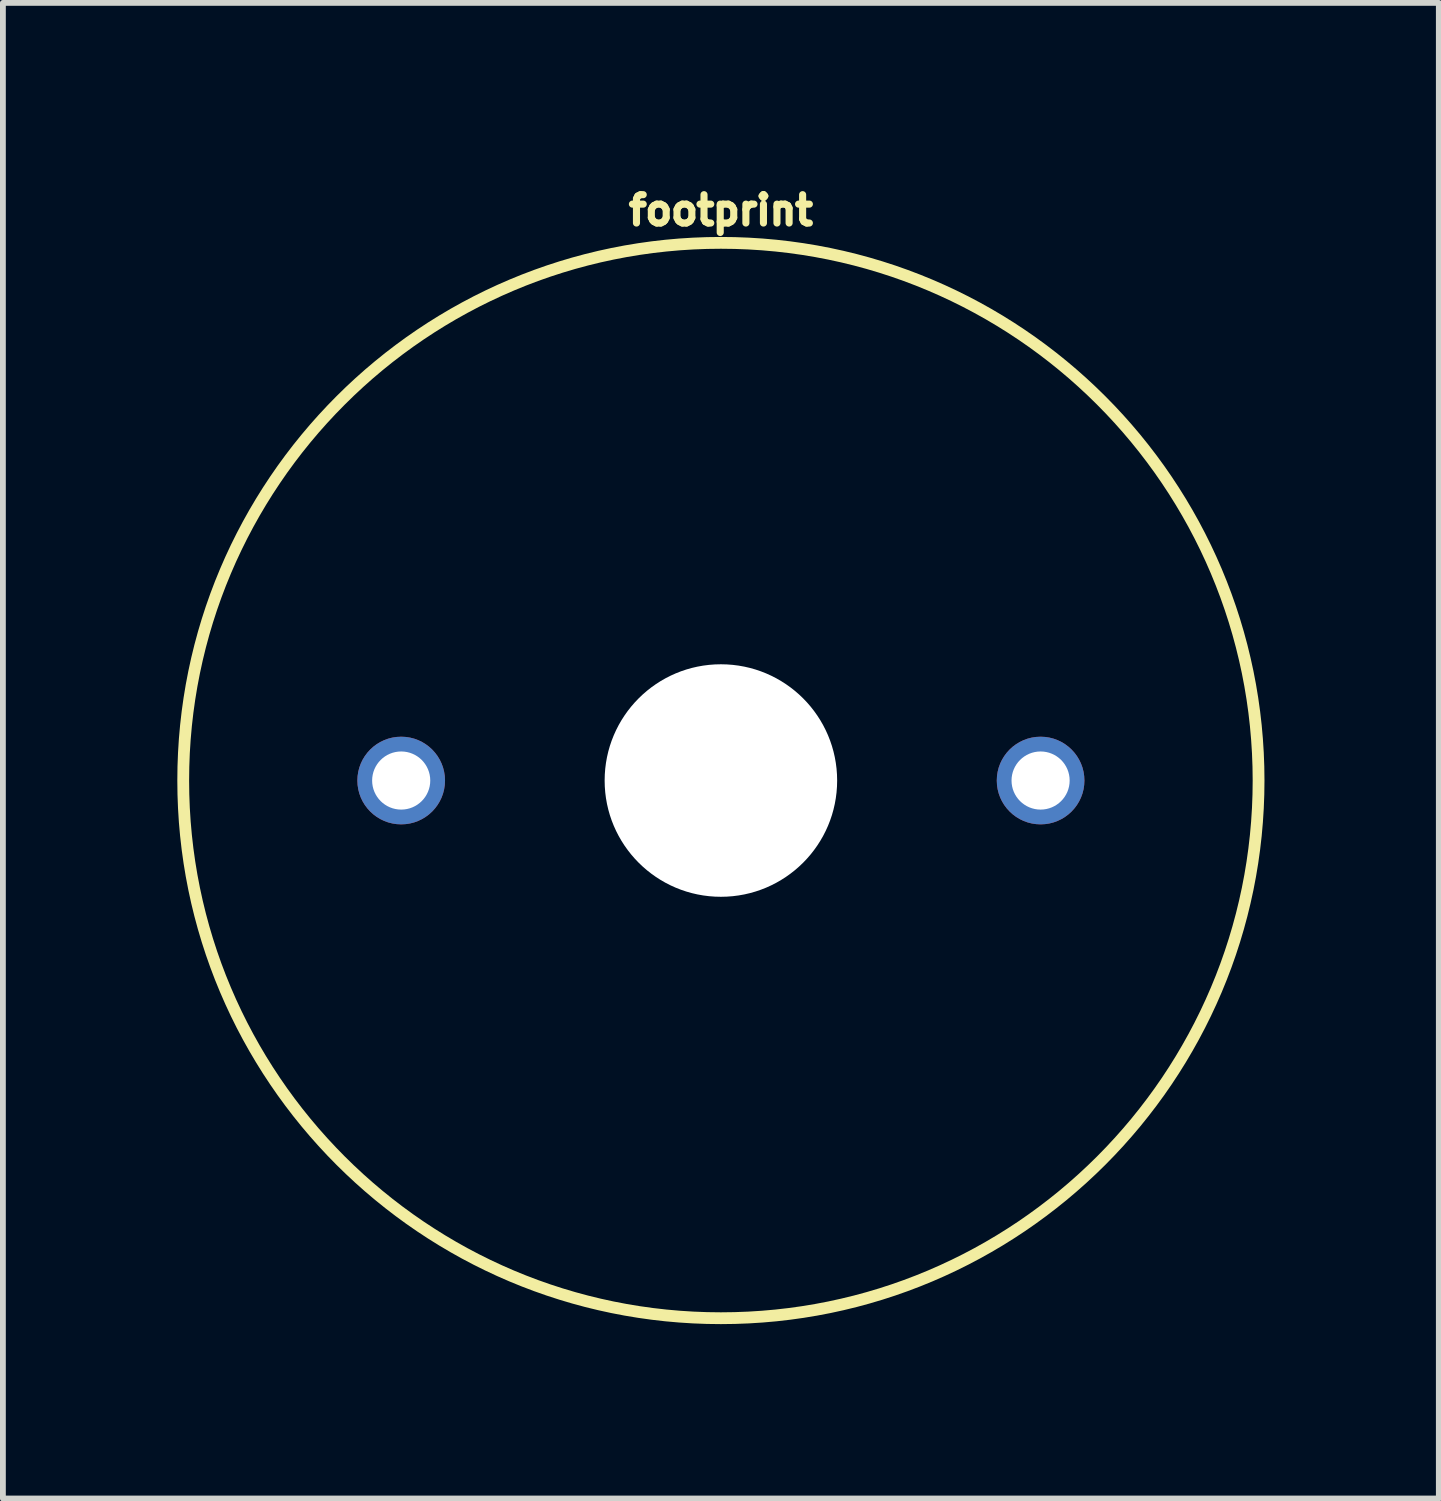
<source format=kicad_pcb>
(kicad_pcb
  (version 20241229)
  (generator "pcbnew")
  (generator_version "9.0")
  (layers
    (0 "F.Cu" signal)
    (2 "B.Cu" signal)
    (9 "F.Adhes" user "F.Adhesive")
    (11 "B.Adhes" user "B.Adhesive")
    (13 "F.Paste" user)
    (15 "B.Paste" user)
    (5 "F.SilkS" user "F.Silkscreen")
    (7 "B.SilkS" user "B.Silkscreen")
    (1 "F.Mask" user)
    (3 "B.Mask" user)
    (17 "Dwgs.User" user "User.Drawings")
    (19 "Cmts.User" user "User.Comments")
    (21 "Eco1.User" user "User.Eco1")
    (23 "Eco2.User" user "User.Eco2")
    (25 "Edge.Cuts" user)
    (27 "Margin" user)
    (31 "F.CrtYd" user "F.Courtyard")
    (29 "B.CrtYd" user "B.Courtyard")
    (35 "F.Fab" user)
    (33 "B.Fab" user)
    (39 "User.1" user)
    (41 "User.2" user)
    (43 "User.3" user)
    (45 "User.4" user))
  (footprint "footprint"
    (layer "F.Cu")
    (at 9.352 10.378)
    (property "Reference" "footprint" (at 0 -9.525 0) (layer "F.SilkS") (effects (font (size 0.488 0.488) (thickness 0.122)) (justify bottom)))
    (fp_circle (center 0 0) (end 9.25 0) (stroke (width 0.203) (type solid)) (fill no) (layer "F.SilkS"))
    (pad "" np_thru_hole circle (at 0 0) (size 4 4) (drill 4) (layers "*.Cu" "*.Mask"))
    (pad "1" thru_hole circle (at -5.5 0) (size 1.508 1.508) (drill 1) (layers "*.Cu" "*.Mask"))
    (pad "2" thru_hole circle (at 5.5 0) (size 1.508 1.508) (drill 1) (layers "*.Cu" "*.Mask")))
  (gr_rect
    (start -3 -3)
    (end 21.703 22.73)
    (stroke (width 0.1) (type default))
    (fill no)
    (layer "Edge.Cuts")))
</source>
